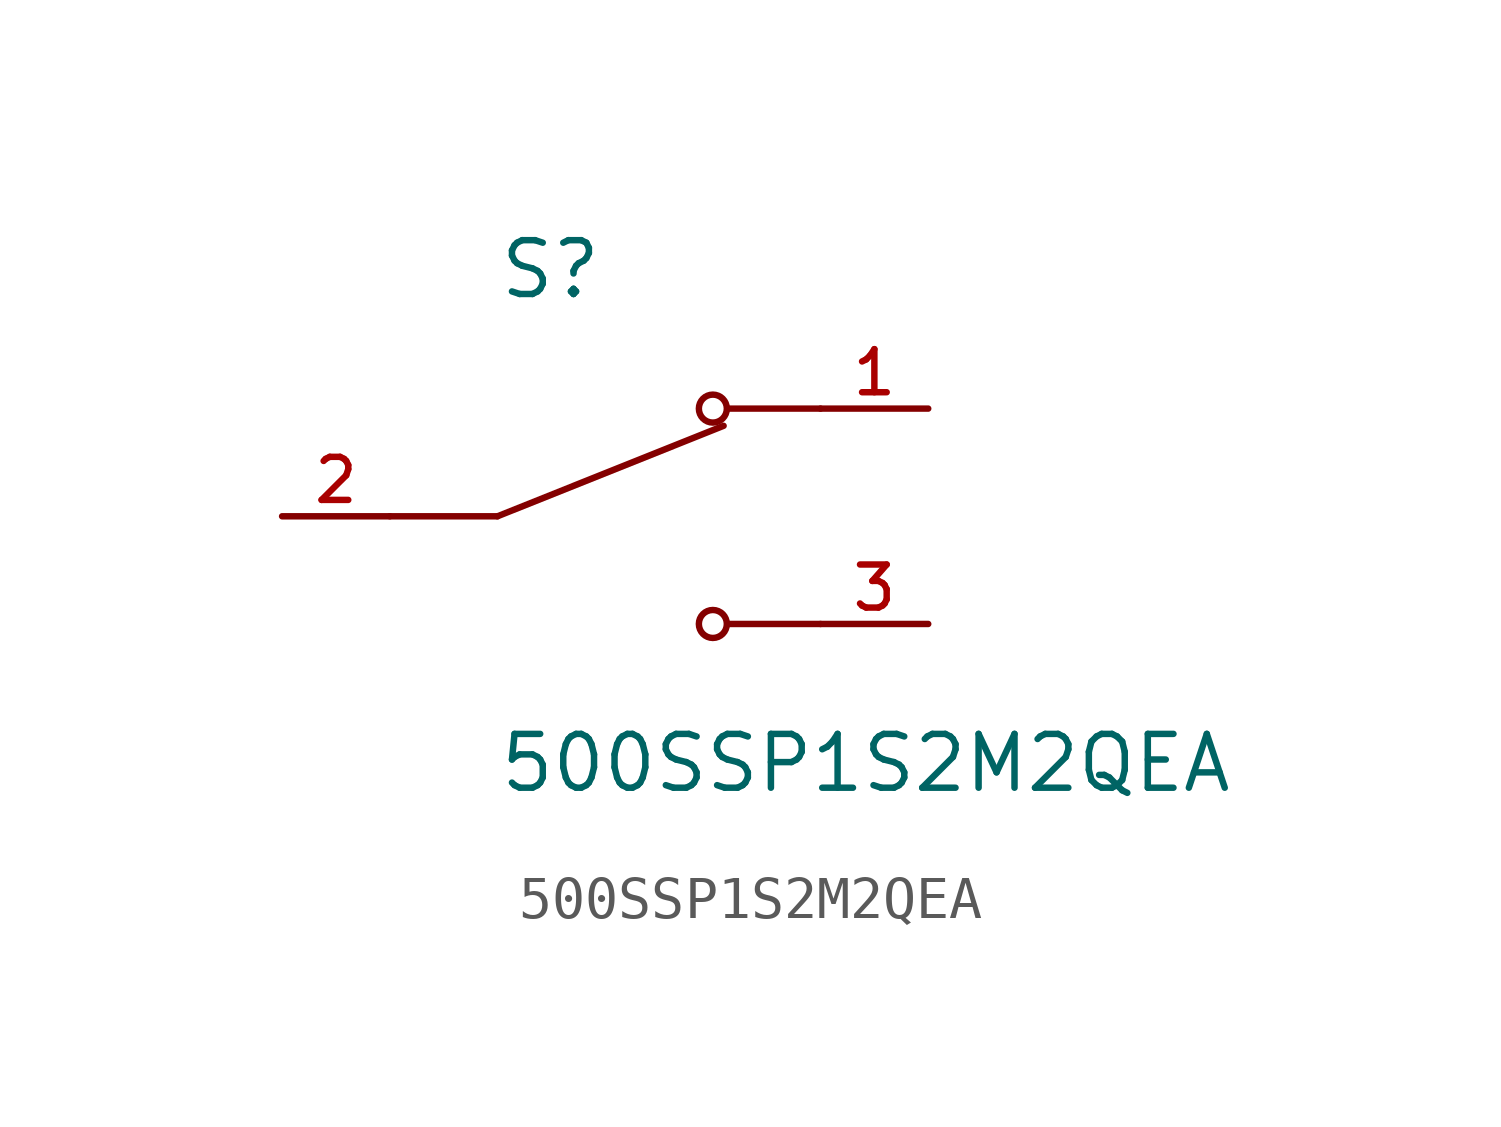
<source format=kicad_sym>
(kicad_symbol_lib
  (version 20211014)
  (generator kicad_symbol_editor)
  (symbol "500SSP1S2M2QEA"
    (pin_names
      (offset 1.016))
    (property "Reference" "S"
      (at -2.54 5.08 0)
      (effects (font (size 1.27 1.27)) (justify bottom left)))
    (property "Value" "500SSP1S2M2QEA"
      (at -2.54 -5.08 0)
      (effects (font (size 1.27 1.27)) (justify top left)))
    (symbol "500SSP1S2M2QEA_0_0"
      (polyline (pts (xy -2.54 0.0) (xy 2.794 2.134)) (stroke (width 0.152)))
      (circle (center 2.54 2.54) (radius 0.33) (stroke (width 0.152)) (fill (type none)))
      (circle (center 2.54 -2.54) (radius 0.33) (stroke (width 0.152)) (fill (type none)))
      (polyline (pts (xy 5.08 -2.54) (xy 2.921 -2.54)) (stroke (width 0.152)))
      (polyline (pts (xy 5.08 2.54) (xy 2.921 2.54)) (stroke (width 0.152)))
      (polyline (pts (xy -2.54 0.0) (xy -5.08 0.0)) (stroke (width 0.152)))
      (pin passive line (at 7.62 2.54 180.0) (length 2.54) (name "~" (effects (font (size 1.016 1.016)))) (number "1" (effects (font (size 1.016 1.016)))))
      (pin passive line (at -7.62 0.0 0) (length 2.54) (name "~" (effects (font (size 1.016 1.016)))) (number "2" (effects (font (size 1.016 1.016)))))
      (pin passive line (at 7.62 -2.54 180.0) (length 2.54) (name "~" (effects (font (size 1.016 1.016)))) (number "3" (effects (font (size 1.016 1.016))))))))
</source>
